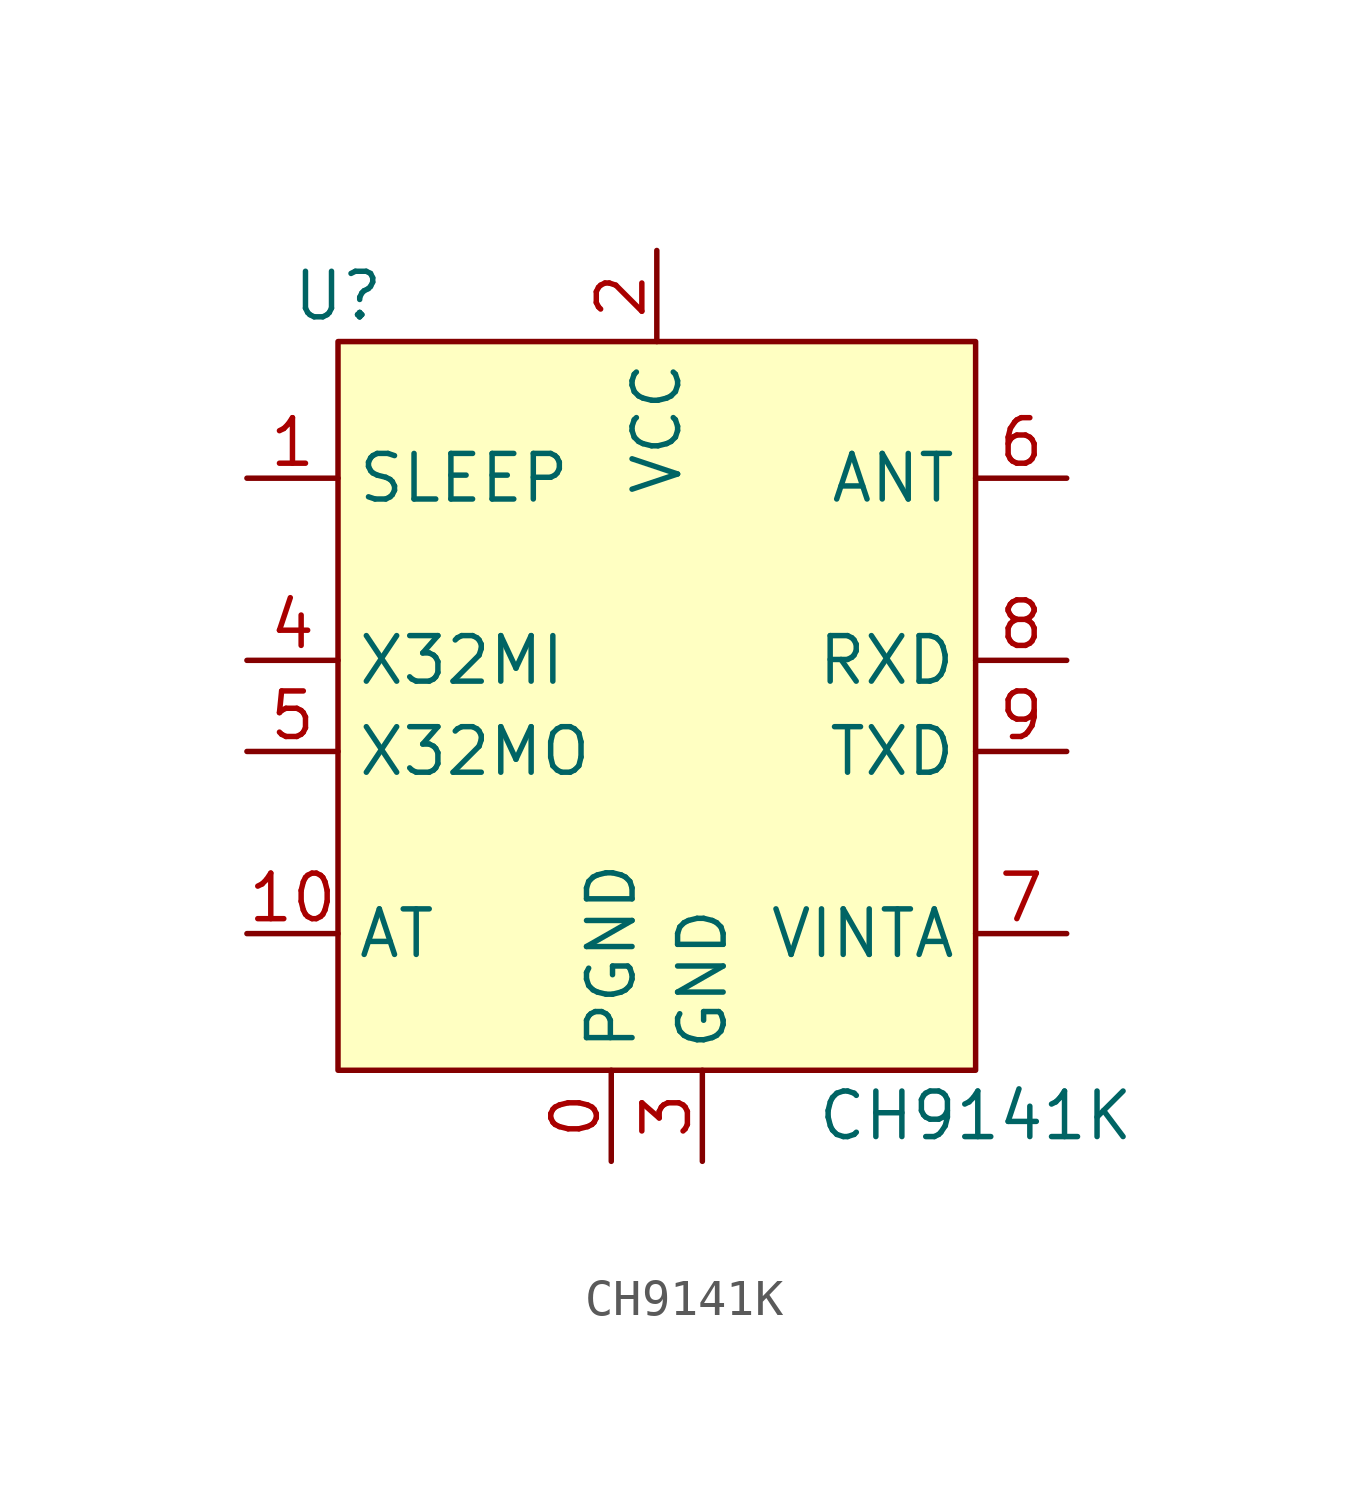
<source format=kicad_sym>
(kicad_symbol_lib
  (version 20211014)
  (generator kicad_symbol_editor)
  (symbol "CH9141K"
    (property "Reference" "U"
      (at -8.89 11.43 0)
      (effects (font (size 1.27 1.27))))
    (property "Value" "CH9141K"
      (at 8.89 -11.43 0)
      (effects (font (size 1.27 1.27))))
    (symbol "CH9141K_0_1"
      (rectangle (start -8.89 10.16) (end 8.89 -10.16) (stroke (width 0) (type default) (color 0 0 0 0)) (fill (type background))))
    (symbol "CH9141K_1_1"
      (pin power_in line (at -1.27 -12.7 90) (length 2.54) (name "PGND" (effects (font (size 1.27 1.27)))) (number "0" (effects (font (size 1.27 1.27)))))
      (pin input line (at -11.43 6.35 0) (length 2.54) (name "SLEEP" (effects (font (size 1.27 1.27)))) (number "1" (effects (font (size 1.27 1.27)))))
      (pin input line (at -11.43 -6.35 0) (length 2.54) (name "AT" (effects (font (size 1.27 1.27)))) (number "10" (effects (font (size 1.27 1.27)))))
      (pin power_in line (at 0 12.7 270) (length 2.54) (name "VCC" (effects (font (size 1.27 1.27)))) (number "2" (effects (font (size 1.27 1.27)))))
      (pin power_in line (at 1.27 -12.7 90) (length 2.54) (name "GND" (effects (font (size 1.27 1.27)))) (number "3" (effects (font (size 1.27 1.27)))))
      (pin input line (at -11.43 1.27 0) (length 2.54) (name "X32MI" (effects (font (size 1.27 1.27)))) (number "4" (effects (font (size 1.27 1.27)))))
      (pin output line (at -11.43 -1.27 0) (length 2.54) (name "X32MO" (effects (font (size 1.27 1.27)))) (number "5" (effects (font (size 1.27 1.27)))))
      (pin output line (at 11.43 6.35 180) (length 2.54) (name "ANT" (effects (font (size 1.27 1.27)))) (number "6" (effects (font (size 1.27 1.27)))))
      (pin power_in line (at 11.43 -6.35 180) (length 2.54) (name "VINTA" (effects (font (size 1.27 1.27)))) (number "7" (effects (font (size 1.27 1.27)))))
      (pin input line (at 11.43 1.27 180) (length 2.54) (name "RXD" (effects (font (size 1.27 1.27)))) (number "8" (effects (font (size 1.27 1.27)))))
      (pin output line (at 11.43 -1.27 180) (length 2.54) (name "TXD" (effects (font (size 1.27 1.27)))) (number "9" (effects (font (size 1.27 1.27))))))))
</source>
